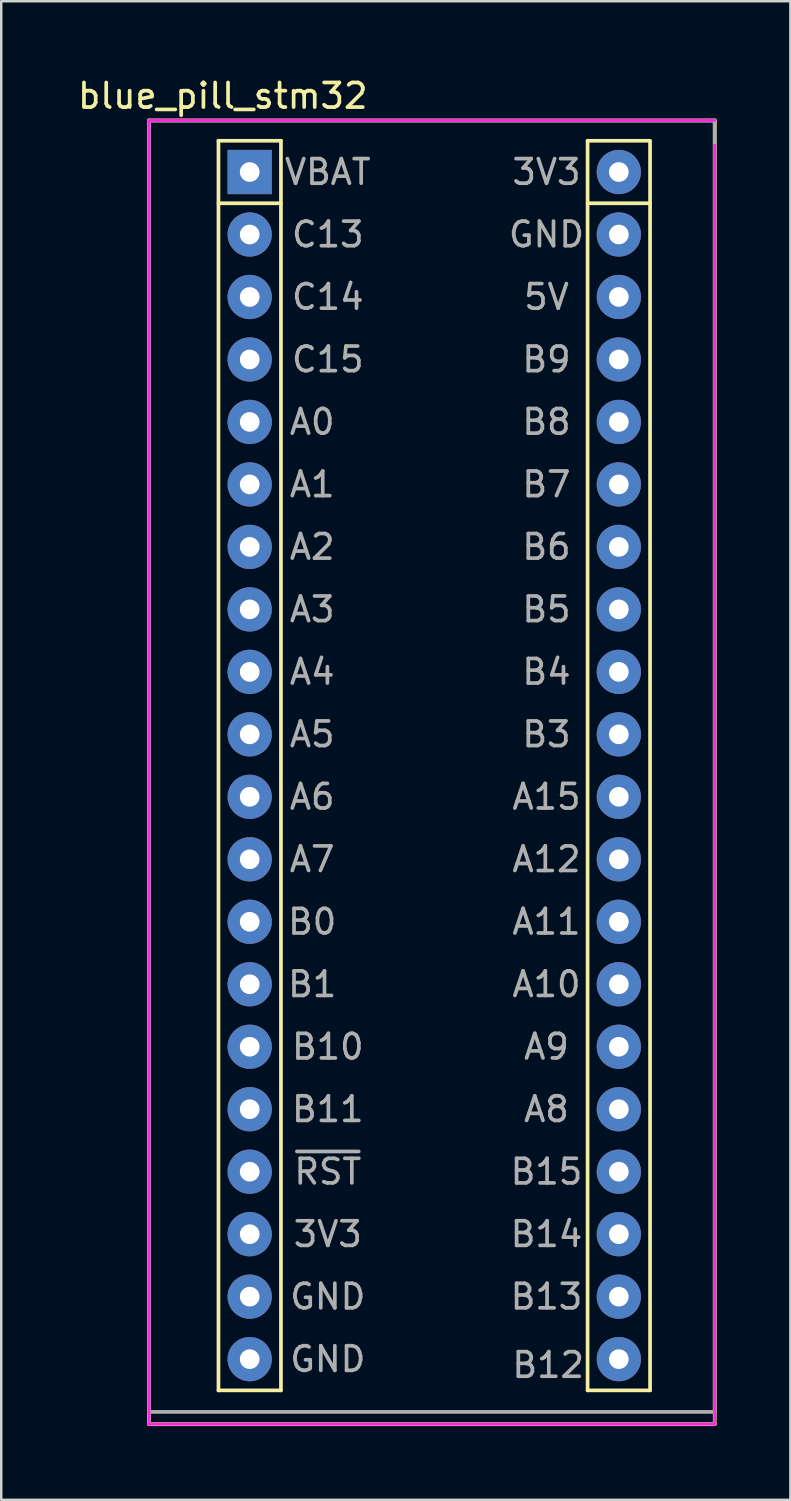
<source format=kicad_pcb>
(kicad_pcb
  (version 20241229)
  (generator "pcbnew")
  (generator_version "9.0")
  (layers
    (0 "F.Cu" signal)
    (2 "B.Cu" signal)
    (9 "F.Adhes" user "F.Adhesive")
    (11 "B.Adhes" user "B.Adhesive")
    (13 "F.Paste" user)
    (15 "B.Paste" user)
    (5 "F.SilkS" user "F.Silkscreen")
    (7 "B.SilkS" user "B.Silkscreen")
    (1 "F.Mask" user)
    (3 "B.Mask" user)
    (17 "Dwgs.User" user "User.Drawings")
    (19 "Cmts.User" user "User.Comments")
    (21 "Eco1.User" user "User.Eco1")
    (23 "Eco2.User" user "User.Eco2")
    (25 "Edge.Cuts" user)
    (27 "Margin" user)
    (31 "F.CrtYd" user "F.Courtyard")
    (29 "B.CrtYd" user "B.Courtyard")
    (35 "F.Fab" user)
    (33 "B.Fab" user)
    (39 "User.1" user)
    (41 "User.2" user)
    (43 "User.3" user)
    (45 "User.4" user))
  (footprint "blue_pill_stm32"
    (layer "F.Cu")
    (at 7.101 3.943)
    (property "Reference" "blue_pill_stm32" (at -1.095 -3.095 0) (layer "F.SilkS") (effects (font (size 1 1) (thickness 0.15))))
    (attr through_hole)
    (fp_line (start -4.095 -2.095) (end 18.905 -2.095) (stroke (width 0.15) (type solid)) (layer "F.SilkS"))
    (fp_line (start -4.095 50.905) (end -4.095 -2.095) (stroke (width 0.15) (type solid)) (layer "F.SilkS"))
    (fp_line (start -1.27 -1.27) (end 1.27 -1.27) (stroke (width 0.15) (type solid)) (layer "F.SilkS"))
    (fp_line (start -1.27 1.27) (end 1.27 1.27) (stroke (width 0.15) (type solid)) (layer "F.SilkS"))
    (fp_line (start -1.27 49.53) (end -1.27 -1.27) (stroke (width 0.15) (type solid)) (layer "F.SilkS"))
    (fp_line (start -1.27 49.53) (end 1.27 49.53) (stroke (width 0.15) (type solid)) (layer "F.SilkS"))
    (fp_line (start 1.27 -1.27) (end 1.27 49.53) (stroke (width 0.15) (type solid)) (layer "F.SilkS"))
    (fp_line (start 13.736 -1.27) (end 13.736 49.53) (stroke (width 0.15) (type solid)) (layer "F.SilkS"))
    (fp_line (start 13.736 -1.27) (end 16.256 -1.27) (stroke (width 0.15) (type solid)) (layer "F.SilkS"))
    (fp_line (start 13.736 1.27) (end 16.276 1.27) (stroke (width 0.15) (type solid)) (layer "F.SilkS"))
    (fp_line (start 13.736 49.53) (end 16.276 49.53) (stroke (width 0.15) (type solid)) (layer "F.SilkS"))
    (fp_line (start 16.276 -1.27) (end 16.276 49.53) (stroke (width 0.15) (type solid)) (layer "F.SilkS"))
    (fp_line (start 18.905 -2.095) (end 18.905 50.905) (stroke (width 0.15) (type solid)) (layer "F.SilkS"))
    (fp_line (start 18.905 50.905) (end -4.095 50.905) (stroke (width 0.15) (type solid)) (layer "F.SilkS"))
    (fp_line (start -4.095 -2.095) (end 18.905 -2.095) (stroke (width 0.12) (type solid)) (layer "F.CrtYd"))
    (fp_line (start -4.095 50.905) (end -4.095 -2.095) (stroke (width 0.12) (type solid)) (layer "F.CrtYd"))
    (fp_line (start 18.905 -1.095) (end 18.905 50.905) (stroke (width 0.12) (type solid)) (layer "F.CrtYd"))
    (fp_line (start 18.905 50.905) (end -4.095 50.905) (stroke (width 0.12) (type solid)) (layer "F.CrtYd"))
    (fp_line (start -4.095 -2.095) (end 18.905 -2.095) (stroke (width 0.15) (type solid)) (layer "F.Fab"))
    (fp_line (start -4.095 50.405) (end -4.095 -2.095) (stroke (width 0.15) (type solid)) (layer "F.Fab"))
    (fp_line (start 18.905 -2.095) (end 18.905 50.405) (stroke (width 0.15) (type solid)) (layer "F.Fab"))
    (fp_line (start 18.905 50.405) (end -4.095 50.405) (stroke (width 0.15) (type solid)) (layer "F.Fab"))
    (fp_text user "B8" (at 12.065 10.16 0) (layer "F.Fab") (effects (font (size 1 1) (thickness 0.15))))
    (fp_text user "B11" (at 3.175 38.1 0) (layer "F.Fab") (effects (font (size 1 1) (thickness 0.15))))
    (fp_text user "3V3" (at 3.175 43.18 0) (layer "F.Fab") (effects (font (size 1 1) (thickness 0.15))))
    (fp_text user "B7" (at 12.065 12.7 0) (layer "F.Fab") (effects (font (size 1 1) (thickness 0.15))))
    (fp_text user "GND" (at 3.175 45.72 0) (layer "F.Fab") (effects (font (size 1 1) (thickness 0.15))))
    (fp_text user "5V" (at 12.065 5.08 0) (layer "F.Fab") (effects (font (size 1 1) (thickness 0.15))))
    (fp_text user "A7" (at 2.54 27.94 0) (layer "F.Fab") (effects (font (size 1 1) (thickness 0.15))))
    (fp_text user "B0" (at 2.54 30.48 0) (layer "F.Fab") (effects (font (size 1 1) (thickness 0.15))))
    (fp_text user "~{RST}" (at 3.175 40.64 0) (layer "F.Fab") (effects (font (size 1 1) (thickness 0.15))))
    (fp_text user "VBAT" (at 3.175 0 0) (layer "F.Fab") (effects (font (size 1 1) (thickness 0.15))))
    (fp_text user "A0" (at 2.54 10.16 0) (layer "F.Fab") (effects (font (size 1 1) (thickness 0.15))))
    (fp_text user "B12" (at 12.135 48.5 0) (layer "F.Fab") (effects (font (size 1 1) (thickness 0.15))))
    (fp_text user "B13" (at 12.065 45.72 0) (layer "F.Fab") (effects (font (size 1 1) (thickness 0.15))))
    (fp_text user "B4" (at 12.065 20.32 0) (layer "F.Fab") (effects (font (size 1 1) (thickness 0.15))))
    (fp_text user "A2" (at 2.54 15.24 0) (layer "F.Fab") (effects (font (size 1 1) (thickness 0.15))))
    (fp_text user "A3" (at 2.54 17.78 0) (layer "F.Fab") (effects (font (size 1 1) (thickness 0.15))))
    (fp_text user "A4" (at 2.54 20.32 0) (layer "F.Fab") (effects (font (size 1 1) (thickness 0.15))))
    (fp_text user "B6" (at 12.065 15.24 0) (layer "F.Fab") (effects (font (size 1 1) (thickness 0.15))))
    (fp_text user "B14" (at 12.065 43.18 0) (layer "F.Fab") (effects (font (size 1 1) (thickness 0.15))))
    (fp_text user "A10" (at 12.065 33.02 0) (layer "F.Fab") (effects (font (size 1 1) (thickness 0.15))))
    (fp_text user "B3" (at 12.065 22.86 0) (layer "F.Fab") (effects (font (size 1 1) (thickness 0.15))))
    (fp_text user "B10" (at 3.175 35.56 0) (layer "F.Fab") (effects (font (size 1 1) (thickness 0.15))))
    (fp_text user "A12" (at 12.065 27.94 0) (layer "F.Fab") (effects (font (size 1 1) (thickness 0.15))))
    (fp_text user "A9" (at 12.065 35.56 0) (layer "F.Fab") (effects (font (size 1 1) (thickness 0.15))))
    (fp_text user "3V3" (at 12.065 0 0) (layer "F.Fab") (effects (font (size 1 1) (thickness 0.15))))
    (fp_text user "A15" (at 12.065 25.4 0) (layer "F.Fab") (effects (font (size 1 1) (thickness 0.15))))
    (fp_text user "A6" (at 2.54 25.4 0) (layer "F.Fab") (effects (font (size 1 1) (thickness 0.15))))
    (fp_text user "GND" (at 12.065 2.54 0) (layer "F.Fab") (effects (font (size 1 1) (thickness 0.15))))
    (fp_text user "A1" (at 2.54 12.7 0) (layer "F.Fab") (effects (font (size 1 1) (thickness 0.15))))
    (fp_text user "B9" (at 12.065 7.62 0) (layer "F.Fab") (effects (font (size 1 1) (thickness 0.15))))
    (fp_text user "B5" (at 12.065 17.78 0) (layer "F.Fab") (effects (font (size 1 1) (thickness 0.15))))
    (fp_text user "C14" (at 3.175 5.08 0) (layer "F.Fab") (effects (font (size 1 1) (thickness 0.15))))
    (fp_text user "A8" (at 12.065 38.1 0) (layer "F.Fab") (effects (font (size 1 1) (thickness 0.15))))
    (fp_text user "A11" (at 12.065 30.48 0) (layer "F.Fab") (effects (font (size 1 1) (thickness 0.15))))
    (fp_text user "B15" (at 12.065 40.64 0) (layer "F.Fab") (effects (font (size 1 1) (thickness 0.15))))
    (fp_text user "B1" (at 2.54 33.02 0) (layer "F.Fab") (effects (font (size 1 1) (thickness 0.15))))
    (fp_text user "GND" (at 3.175 48.26 0) (layer "F.Fab") (effects (font (size 1 1) (thickness 0.15))))
    (fp_text user "C15" (at 3.175 7.62 0) (layer "F.Fab") (effects (font (size 1 1) (thickness 0.15))))
    (fp_text user "C13" (at 3.175 2.54 0) (layer "F.Fab") (effects (font (size 1 1) (thickness 0.15))))
    (fp_text user "A5" (at 2.54 22.86 0) (layer "F.Fab") (effects (font (size 1 1) (thickness 0.15))))
    (pad "1" thru_hole rect (at 0 0) (size 1.8 1.8) (drill 0.8) (layers "*.Cu" "*.Mask"))
    (pad "2" thru_hole circle (at 0 2.54) (size 1.8 1.8) (drill 0.8) (layers "*.Cu" "*.Mask"))
    (pad "3" thru_hole circle (at 0 5.08) (size 1.8 1.8) (drill 0.8) (layers "*.Cu" "*.Mask"))
    (pad "4" thru_hole circle (at 0 7.62) (size 1.8 1.8) (drill 0.8) (layers "*.Cu" "*.Mask"))
    (pad "5" thru_hole circle (at 0 10.16) (size 1.8 1.8) (drill 0.8) (layers "*.Cu" "*.Mask"))
    (pad "6" thru_hole circle (at 0 12.7) (size 1.8 1.8) (drill 0.8) (layers "*.Cu" "*.Mask"))
    (pad "7" thru_hole circle (at 0 15.24) (size 1.8 1.8) (drill 0.8) (layers "*.Cu" "*.Mask"))
    (pad "8" thru_hole circle (at 0 17.78) (size 1.8 1.8) (drill 0.8) (layers "*.Cu" "*.Mask"))
    (pad "9" thru_hole circle (at 0 20.32) (size 1.8 1.8) (drill 0.8) (layers "*.Cu" "*.Mask"))
    (pad "10" thru_hole circle (at 0 22.86) (size 1.8 1.8) (drill 0.8) (layers "*.Cu" "*.Mask"))
    (pad "11" thru_hole circle (at 0 25.4) (size 1.8 1.8) (drill 0.8) (layers "*.Cu" "*.Mask"))
    (pad "12" thru_hole circle (at 0 27.94) (size 1.8 1.8) (drill 0.8) (layers "*.Cu" "*.Mask"))
    (pad "13" thru_hole circle (at 0 30.48) (size 1.8 1.8) (drill 0.8) (layers "*.Cu" "*.Mask"))
    (pad "14" thru_hole circle (at 0 33.02) (size 1.8 1.8) (drill 0.8) (layers "*.Cu" "*.Mask"))
    (pad "15" thru_hole circle (at 0 35.56) (size 1.8 1.8) (drill 0.8) (layers "*.Cu" "*.Mask"))
    (pad "16" thru_hole circle (at 0 38.1) (size 1.8 1.8) (drill 0.8) (layers "*.Cu" "*.Mask"))
    (pad "17" thru_hole circle (at 0 40.64) (size 1.8 1.8) (drill 0.8) (layers "*.Cu" "*.Mask"))
    (pad "18" thru_hole circle (at 0 43.18) (size 1.8 1.8) (drill 0.8) (layers "*.Cu" "*.Mask"))
    (pad "19" thru_hole circle (at 0 45.72) (size 1.8 1.8) (drill 0.8) (layers "*.Cu" "*.Mask"))
    (pad "20" thru_hole circle (at 0 48.26) (size 1.8 1.8) (drill 0.8) (layers "*.Cu" "*.Mask"))
    (pad "21" thru_hole circle (at 15.006 0) (size 1.8 1.8) (drill 0.8) (layers "*.Cu" "*.Mask"))
    (pad "22" thru_hole circle (at 15.006 2.54) (size 1.8 1.8) (drill 0.8) (layers "*.Cu" "*.Mask"))
    (pad "23" thru_hole circle (at 15.006 5.08) (size 1.8 1.8) (drill 0.8) (layers "*.Cu" "*.Mask"))
    (pad "24" thru_hole circle (at 15.006 7.62) (size 1.8 1.8) (drill 0.8) (layers "*.Cu" "*.Mask"))
    (pad "25" thru_hole circle (at 15.006 10.16) (size 1.8 1.8) (drill 0.8) (layers "*.Cu" "*.Mask"))
    (pad "26" thru_hole circle (at 15.006 12.7) (size 1.8 1.8) (drill 0.8) (layers "*.Cu" "*.Mask"))
    (pad "27" thru_hole circle (at 15.006 15.24) (size 1.8 1.8) (drill 0.8) (layers "*.Cu" "*.Mask"))
    (pad "28" thru_hole circle (at 15.006 17.78) (size 1.8 1.8) (drill 0.8) (layers "*.Cu" "*.Mask"))
    (pad "29" thru_hole circle (at 15.006 20.32) (size 1.8 1.8) (drill 0.8) (layers "*.Cu" "*.Mask"))
    (pad "30" thru_hole circle (at 15.006 22.86) (size 1.8 1.8) (drill 0.8) (layers "*.Cu" "*.Mask"))
    (pad "31" thru_hole circle (at 15.006 25.4) (size 1.8 1.8) (drill 0.8) (layers "*.Cu" "*.Mask"))
    (pad "32" thru_hole circle (at 15.006 27.94) (size 1.8 1.8) (drill 0.8) (layers "*.Cu" "*.Mask"))
    (pad "33" thru_hole circle (at 15.006 30.48) (size 1.8 1.8) (drill 0.8) (layers "*.Cu" "*.Mask"))
    (pad "34" thru_hole circle (at 15.006 33.02) (size 1.8 1.8) (drill 0.8) (layers "*.Cu" "*.Mask"))
    (pad "35" thru_hole circle (at 15.006 35.56) (size 1.8 1.8) (drill 0.8) (layers "*.Cu" "*.Mask"))
    (pad "36" thru_hole circle (at 15.006 38.1) (size 1.8 1.8) (drill 0.8) (layers "*.Cu" "*.Mask"))
    (pad "37" thru_hole circle (at 15.006 40.64) (size 1.8 1.8) (drill 0.8) (layers "*.Cu" "*.Mask"))
    (pad "38" thru_hole circle (at 15.006 43.18) (size 1.8 1.8) (drill 0.8) (layers "*.Cu" "*.Mask"))
    (pad "39" thru_hole circle (at 15.006 45.72) (size 1.8 1.8) (drill 0.8) (layers "*.Cu" "*.Mask"))
    (pad "40" thru_hole circle (at 15.006 48.26) (size 1.8 1.8) (drill 0.8) (layers "*.Cu" "*.Mask")))
  (gr_rect
    (start -3 -3)
    (end 29.081 57.923)
    (stroke (width 0.1) (type default))
    (fill no)
    (layer "Edge.Cuts")))
</source>
